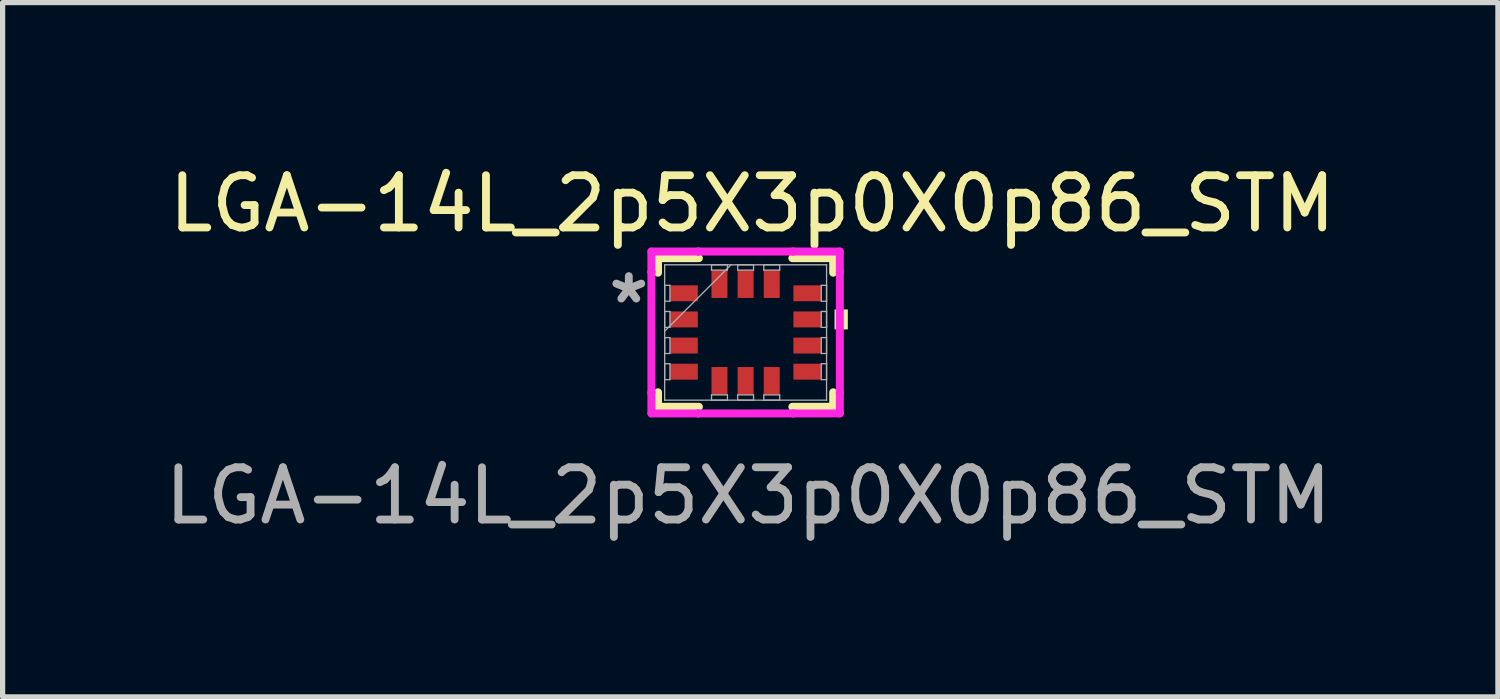
<source format=kicad_pcb>
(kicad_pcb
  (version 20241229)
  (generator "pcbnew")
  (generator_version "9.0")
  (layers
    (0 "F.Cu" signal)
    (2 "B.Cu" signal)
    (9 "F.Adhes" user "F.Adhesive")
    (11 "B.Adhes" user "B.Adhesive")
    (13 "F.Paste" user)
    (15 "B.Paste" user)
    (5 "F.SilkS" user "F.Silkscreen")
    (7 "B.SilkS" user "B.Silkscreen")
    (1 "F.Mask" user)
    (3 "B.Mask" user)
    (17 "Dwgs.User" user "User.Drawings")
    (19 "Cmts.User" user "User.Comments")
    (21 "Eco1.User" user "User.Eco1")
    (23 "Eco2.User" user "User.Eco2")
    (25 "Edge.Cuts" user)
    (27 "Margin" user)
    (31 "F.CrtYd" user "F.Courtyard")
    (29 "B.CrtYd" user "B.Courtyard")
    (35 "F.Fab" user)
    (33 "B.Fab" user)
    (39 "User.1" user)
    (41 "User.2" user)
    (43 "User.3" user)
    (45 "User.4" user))
  (footprint "LGA-14L_2p5X3p0X0p86_STM"
    (layer "F.Cu")
    (at 11.217 3.312)
    (property "Reference" "LGA-14L_2p5X3p0X0p86_STM" (at 0.127 -2.464 0) (unlocked yes) (layer "F.SilkS") (effects (font (size 1 1) (thickness 0.15))))
    (attr smd)
    (fp_line (start -1.676 -1.422) (end -1.676 -1.144) (stroke (width 0.152) (type solid)) (layer "F.SilkS"))
    (fp_line (start -1.676 1.144) (end -1.676 1.422) (stroke (width 0.152) (type solid)) (layer "F.SilkS"))
    (fp_line (start -1.676 1.422) (end -0.894 1.422) (stroke (width 0.152) (type solid)) (layer "F.SilkS"))
    (fp_line (start -0.894 -1.422) (end -1.676 -1.422) (stroke (width 0.152) (type solid)) (layer "F.SilkS"))
    (fp_line (start 0.894 1.422) (end 1.676 1.422) (stroke (width 0.152) (type solid)) (layer "F.SilkS"))
    (fp_line (start 1.676 -1.422) (end 0.894 -1.422) (stroke (width 0.152) (type solid)) (layer "F.SilkS"))
    (fp_line (start 1.676 -1.144) (end 1.676 -1.422) (stroke (width 0.152) (type solid)) (layer "F.SilkS"))
    (fp_line (start 1.676 1.422) (end 1.676 1.144) (stroke (width 0.152) (type solid)) (layer "F.SilkS"))
    (fp_poly (pts (xy 1.956 -0.441) (xy 1.956 -0.059) (xy 1.702 -0.059) (xy 1.702 -0.441)) (stroke (width 0) (type solid)) (fill yes) (layer "F.SilkS"))
    (fp_line (start -1.803 -1.549) (end -0.906 -1.549) (stroke (width 0.152) (type solid)) (layer "F.CrtYd"))
    (fp_line (start -1.803 -1.156) (end -1.803 -1.549) (stroke (width 0.152) (type solid)) (layer "F.CrtYd"))
    (fp_line (start -1.803 -1.156) (end -1.803 -1.156) (stroke (width 0.152) (type solid)) (layer "F.CrtYd"))
    (fp_line (start -1.803 1.156) (end -1.803 -1.156) (stroke (width 0.152) (type solid)) (layer "F.CrtYd"))
    (fp_line (start -1.803 1.156) (end -1.803 1.156) (stroke (width 0.152) (type solid)) (layer "F.CrtYd"))
    (fp_line (start -1.803 1.549) (end -1.803 1.156) (stroke (width 0.152) (type solid)) (layer "F.CrtYd"))
    (fp_line (start -0.906 -1.549) (end -0.906 -1.549) (stroke (width 0.152) (type solid)) (layer "F.CrtYd"))
    (fp_line (start -0.906 -1.549) (end 0.906 -1.549) (stroke (width 0.152) (type solid)) (layer "F.CrtYd"))
    (fp_line (start -0.906 1.549) (end -1.803 1.549) (stroke (width 0.152) (type solid)) (layer "F.CrtYd"))
    (fp_line (start -0.906 1.549) (end -0.906 1.549) (stroke (width 0.152) (type solid)) (layer "F.CrtYd"))
    (fp_line (start 0.906 -1.549) (end 0.906 -1.549) (stroke (width 0.152) (type solid)) (layer "F.CrtYd"))
    (fp_line (start 0.906 -1.549) (end 1.803 -1.549) (stroke (width 0.152) (type solid)) (layer "F.CrtYd"))
    (fp_line (start 0.906 1.549) (end -0.906 1.549) (stroke (width 0.152) (type solid)) (layer "F.CrtYd"))
    (fp_line (start 0.906 1.549) (end 0.906 1.549) (stroke (width 0.152) (type solid)) (layer "F.CrtYd"))
    (fp_line (start 1.803 -1.549) (end 1.803 -1.156) (stroke (width 0.152) (type solid)) (layer "F.CrtYd"))
    (fp_line (start 1.803 -1.156) (end 1.803 -1.156) (stroke (width 0.152) (type solid)) (layer "F.CrtYd"))
    (fp_line (start 1.803 -1.156) (end 1.803 1.156) (stroke (width 0.152) (type solid)) (layer "F.CrtYd"))
    (fp_line (start 1.803 1.156) (end 1.803 1.156) (stroke (width 0.152) (type solid)) (layer "F.CrtYd"))
    (fp_line (start 1.803 1.156) (end 1.803 1.549) (stroke (width 0.152) (type solid)) (layer "F.CrtYd"))
    (fp_line (start 1.803 1.549) (end 0.906 1.549) (stroke (width 0.152) (type solid)) (layer "F.CrtYd"))
    (fp_line (start -1.549 -1.295) (end -1.549 -1.295) (stroke (width 0.025) (type solid)) (layer "F.Fab"))
    (fp_line (start -1.549 -1.295) (end -1.549 1.295) (stroke (width 0.025) (type solid)) (layer "F.Fab"))
    (fp_line (start -1.549 -0.902) (end -1.448 -0.902) (stroke (width 0.025) (type solid)) (layer "F.Fab"))
    (fp_line (start -1.549 -0.598) (end -1.549 -0.902) (stroke (width 0.025) (type solid)) (layer "F.Fab"))
    (fp_line (start -1.549 -0.402) (end -1.448 -0.402) (stroke (width 0.025) (type solid)) (layer "F.Fab"))
    (fp_line (start -1.549 -0.098) (end -1.549 -0.402) (stroke (width 0.025) (type solid)) (layer "F.Fab"))
    (fp_line (start -1.549 -0.025) (end -0.279 -1.295) (stroke (width 0.025) (type solid)) (layer "F.Fab"))
    (fp_line (start -1.549 0.098) (end -1.448 0.098) (stroke (width 0.025) (type solid)) (layer "F.Fab"))
    (fp_line (start -1.549 0.402) (end -1.549 0.098) (stroke (width 0.025) (type solid)) (layer "F.Fab"))
    (fp_line (start -1.549 0.598) (end -1.448 0.598) (stroke (width 0.025) (type solid)) (layer "F.Fab"))
    (fp_line (start -1.549 0.902) (end -1.549 0.598) (stroke (width 0.025) (type solid)) (layer "F.Fab"))
    (fp_line (start -1.549 1.295) (end -1.549 1.295) (stroke (width 0.025) (type solid)) (layer "F.Fab"))
    (fp_line (start -1.549 1.295) (end 1.549 1.295) (stroke (width 0.025) (type solid)) (layer "F.Fab"))
    (fp_line (start -1.448 -0.902) (end -1.448 -0.598) (stroke (width 0.025) (type solid)) (layer "F.Fab"))
    (fp_line (start -1.448 -0.598) (end -1.549 -0.598) (stroke (width 0.025) (type solid)) (layer "F.Fab"))
    (fp_line (start -1.448 -0.402) (end -1.448 -0.098) (stroke (width 0.025) (type solid)) (layer "F.Fab"))
    (fp_line (start -1.448 -0.098) (end -1.549 -0.098) (stroke (width 0.025) (type solid)) (layer "F.Fab"))
    (fp_line (start -1.448 0.098) (end -1.448 0.402) (stroke (width 0.025) (type solid)) (layer "F.Fab"))
    (fp_line (start -1.448 0.402) (end -1.549 0.402) (stroke (width 0.025) (type solid)) (layer "F.Fab"))
    (fp_line (start -1.448 0.598) (end -1.448 0.902) (stroke (width 0.025) (type solid)) (layer "F.Fab"))
    (fp_line (start -1.448 0.902) (end -1.549 0.902) (stroke (width 0.025) (type solid)) (layer "F.Fab"))
    (fp_line (start -0.652 -1.295) (end -0.348 -1.295) (stroke (width 0.025) (type solid)) (layer "F.Fab"))
    (fp_line (start -0.652 -1.194) (end -0.652 -1.295) (stroke (width 0.025) (type solid)) (layer "F.Fab"))
    (fp_line (start -0.652 1.194) (end -0.348 1.194) (stroke (width 0.025) (type solid)) (layer "F.Fab"))
    (fp_line (start -0.652 1.295) (end -0.652 1.194) (stroke (width 0.025) (type solid)) (layer "F.Fab"))
    (fp_line (start -0.348 -1.295) (end -0.348 -1.194) (stroke (width 0.025) (type solid)) (layer "F.Fab"))
    (fp_line (start -0.348 -1.194) (end -0.652 -1.194) (stroke (width 0.025) (type solid)) (layer "F.Fab"))
    (fp_line (start -0.348 1.194) (end -0.348 1.295) (stroke (width 0.025) (type solid)) (layer "F.Fab"))
    (fp_line (start -0.348 1.295) (end -0.652 1.295) (stroke (width 0.025) (type solid)) (layer "F.Fab"))
    (fp_line (start -0.152 -1.295) (end 0.152 -1.295) (stroke (width 0.025) (type solid)) (layer "F.Fab"))
    (fp_line (start -0.152 -1.194) (end -0.152 -1.295) (stroke (width 0.025) (type solid)) (layer "F.Fab"))
    (fp_line (start -0.152 1.194) (end 0.152 1.194) (stroke (width 0.025) (type solid)) (layer "F.Fab"))
    (fp_line (start -0.152 1.295) (end -0.152 1.194) (stroke (width 0.025) (type solid)) (layer "F.Fab"))
    (fp_line (start 0.152 -1.295) (end 0.152 -1.194) (stroke (width 0.025) (type solid)) (layer "F.Fab"))
    (fp_line (start 0.152 -1.194) (end -0.152 -1.194) (stroke (width 0.025) (type solid)) (layer "F.Fab"))
    (fp_line (start 0.152 1.194) (end 0.152 1.295) (stroke (width 0.025) (type solid)) (layer "F.Fab"))
    (fp_line (start 0.152 1.295) (end -0.152 1.295) (stroke (width 0.025) (type solid)) (layer "F.Fab"))
    (fp_line (start 0.348 -1.295) (end 0.652 -1.295) (stroke (width 0.025) (type solid)) (layer "F.Fab"))
    (fp_line (start 0.348 -1.194) (end 0.348 -1.295) (stroke (width 0.025) (type solid)) (layer "F.Fab"))
    (fp_line (start 0.348 1.194) (end 0.652 1.194) (stroke (width 0.025) (type solid)) (layer "F.Fab"))
    (fp_line (start 0.348 1.295) (end 0.348 1.194) (stroke (width 0.025) (type solid)) (layer "F.Fab"))
    (fp_line (start 0.652 -1.295) (end 0.652 -1.194) (stroke (width 0.025) (type solid)) (layer "F.Fab"))
    (fp_line (start 0.652 -1.194) (end 0.348 -1.194) (stroke (width 0.025) (type solid)) (layer "F.Fab"))
    (fp_line (start 0.652 1.194) (end 0.652 1.295) (stroke (width 0.025) (type solid)) (layer "F.Fab"))
    (fp_line (start 0.652 1.295) (end 0.348 1.295) (stroke (width 0.025) (type solid)) (layer "F.Fab"))
    (fp_line (start 1.448 -0.902) (end 1.549 -0.902) (stroke (width 0.025) (type solid)) (layer "F.Fab"))
    (fp_line (start 1.448 -0.598) (end 1.448 -0.902) (stroke (width 0.025) (type solid)) (layer "F.Fab"))
    (fp_line (start 1.448 -0.402) (end 1.549 -0.402) (stroke (width 0.025) (type solid)) (layer "F.Fab"))
    (fp_line (start 1.448 -0.098) (end 1.448 -0.402) (stroke (width 0.025) (type solid)) (layer "F.Fab"))
    (fp_line (start 1.448 0.098) (end 1.549 0.098) (stroke (width 0.025) (type solid)) (layer "F.Fab"))
    (fp_line (start 1.448 0.402) (end 1.448 0.098) (stroke (width 0.025) (type solid)) (layer "F.Fab"))
    (fp_line (start 1.448 0.598) (end 1.549 0.598) (stroke (width 0.025) (type solid)) (layer "F.Fab"))
    (fp_line (start 1.448 0.902) (end 1.448 0.598) (stroke (width 0.025) (type solid)) (layer "F.Fab"))
    (fp_line (start 1.549 -1.295) (end -1.549 -1.295) (stroke (width 0.025) (type solid)) (layer "F.Fab"))
    (fp_line (start 1.549 -1.295) (end 1.549 -1.295) (stroke (width 0.025) (type solid)) (layer "F.Fab"))
    (fp_line (start 1.549 -0.902) (end 1.549 -0.598) (stroke (width 0.025) (type solid)) (layer "F.Fab"))
    (fp_line (start 1.549 -0.598) (end 1.448 -0.598) (stroke (width 0.025) (type solid)) (layer "F.Fab"))
    (fp_line (start 1.549 -0.402) (end 1.549 -0.098) (stroke (width 0.025) (type solid)) (layer "F.Fab"))
    (fp_line (start 1.549 -0.098) (end 1.448 -0.098) (stroke (width 0.025) (type solid)) (layer "F.Fab"))
    (fp_line (start 1.549 0.098) (end 1.549 0.402) (stroke (width 0.025) (type solid)) (layer "F.Fab"))
    (fp_line (start 1.549 0.402) (end 1.448 0.402) (stroke (width 0.025) (type solid)) (layer "F.Fab"))
    (fp_line (start 1.549 0.598) (end 1.549 0.902) (stroke (width 0.025) (type solid)) (layer "F.Fab"))
    (fp_line (start 1.549 0.902) (end 1.448 0.902) (stroke (width 0.025) (type solid)) (layer "F.Fab"))
    (fp_line (start 1.549 1.295) (end 1.549 -1.295) (stroke (width 0.025) (type solid)) (layer "F.Fab"))
    (fp_line (start 1.549 1.295) (end 1.549 1.295) (stroke (width 0.025) (type solid)) (layer "F.Fab"))
    (fp_text user "${REFERENCE}" (at 0.051 3.124 0) (unlocked yes) (layer "F.Fab") (effects (font (size 1 1) (thickness 0.15))))
    (fp_text user "*" (at -2.235 -0.533 0) (layer "F.Fab") (effects (font (size 1 1) (thickness 0.15))))
    (pad "1" smd rect (at -1.181 -0.75 90) (size 0.305 0.533) (layers "F.Cu" "F.Mask" "F.Paste"))
    (pad "2" smd rect (at -1.181 -0.25 90) (size 0.305 0.533) (layers "F.Cu" "F.Mask" "F.Paste"))
    (pad "3" smd rect (at -1.181 0.25 90) (size 0.305 0.533) (layers "F.Cu" "F.Mask" "F.Paste"))
    (pad "4" smd rect (at -1.181 0.75 90) (size 0.305 0.533) (layers "F.Cu" "F.Mask" "F.Paste"))
    (pad "5" smd rect (at -0.5 0.927) (size 0.305 0.533) (layers "F.Cu" "F.Mask" "F.Paste"))
    (pad "6" smd rect (at 0 0.927) (size 0.305 0.533) (layers "F.Cu" "F.Mask" "F.Paste"))
    (pad "7" smd rect (at 0.5 0.927) (size 0.305 0.533) (layers "F.Cu" "F.Mask" "F.Paste"))
    (pad "8" smd rect (at 1.181 0.75 90) (size 0.305 0.533) (layers "F.Cu" "F.Mask" "F.Paste"))
    (pad "9" smd rect (at 1.181 0.25 90) (size 0.305 0.533) (layers "F.Cu" "F.Mask" "F.Paste"))
    (pad "10" smd rect (at 1.181 -0.25 90) (size 0.305 0.533) (layers "F.Cu" "F.Mask" "F.Paste"))
    (pad "11" smd rect (at 1.181 -0.75 90) (size 0.305 0.533) (layers "F.Cu" "F.Mask" "F.Paste"))
    (pad "12" smd rect (at 0.5 -0.927) (size 0.305 0.533) (layers "F.Cu" "F.Mask" "F.Paste"))
    (pad "13" smd rect (at 0 -0.927) (size 0.305 0.533) (layers "F.Cu" "F.Mask" "F.Paste"))
    (pad "14" smd rect (at -0.5 -0.927) (size 0.305 0.533) (layers "F.Cu" "F.Mask" "F.Paste")))
  (gr_rect
    (start -3 -3)
    (end 25.612 10.284)
    (stroke (width 0.1) (type default))
    (fill no)
    (layer "Edge.Cuts")))
</source>
